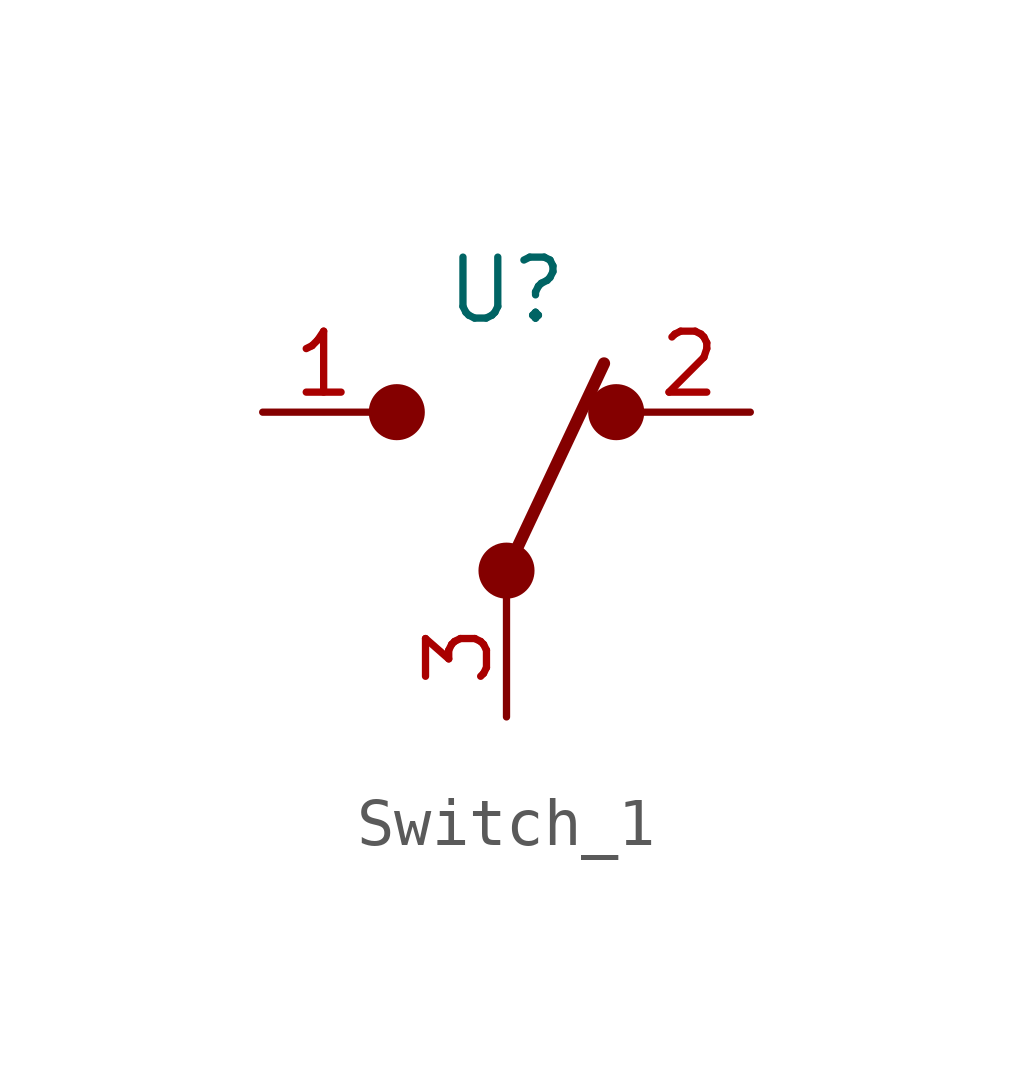
<source format=kicad_sym>
(kicad_symbol_lib
  (version 20241209)
  (generator "kicad_symbol_editor")
  (generator_version "9.0")
  (symbol "Switch_1"
    (property "Reference" "U"
      (at 0 0 0)
      (effects (font (size 1.27 1.27))))
    (property "Value" ""
      (at 0 0 0)
      (effects (font (size 1.27 1.27))))
    (symbol "Switch_1_1_1"
      (circle (center -2.286 -2.54) (radius 0.508) (stroke (width 0) (type solid)) (fill (type outline)))
      (polyline (pts (xy 0 -5.842) (xy 2.032 -1.524)) (stroke (width 0.254) (type default)) (fill (type none)))
      (circle (center 0 -5.842) (radius 0.508) (stroke (width 0) (type solid)) (fill (type outline)))
      (circle (center 2.286 -2.54) (radius 0.508) (stroke (width 0) (type solid)) (fill (type outline)))
      (pin passive line (at -5.08 -2.54 0) (length 2.54) (name "" (effects (font (size 1.27 1.27)))) (number "1" (effects (font (size 1.27 1.27)))))
      (pin passive line (at 0 -8.89 90) (length 2.54) (name "" (effects (font (size 1.27 1.27)))) (number "3" (effects (font (size 1.27 1.27)))))
      (pin passive line (at 5.08 -2.54 180) (length 2.54) (name "" (effects (font (size 1.27 1.27)))) (number "2" (effects (font (size 1.27 1.27))))))))
</source>
